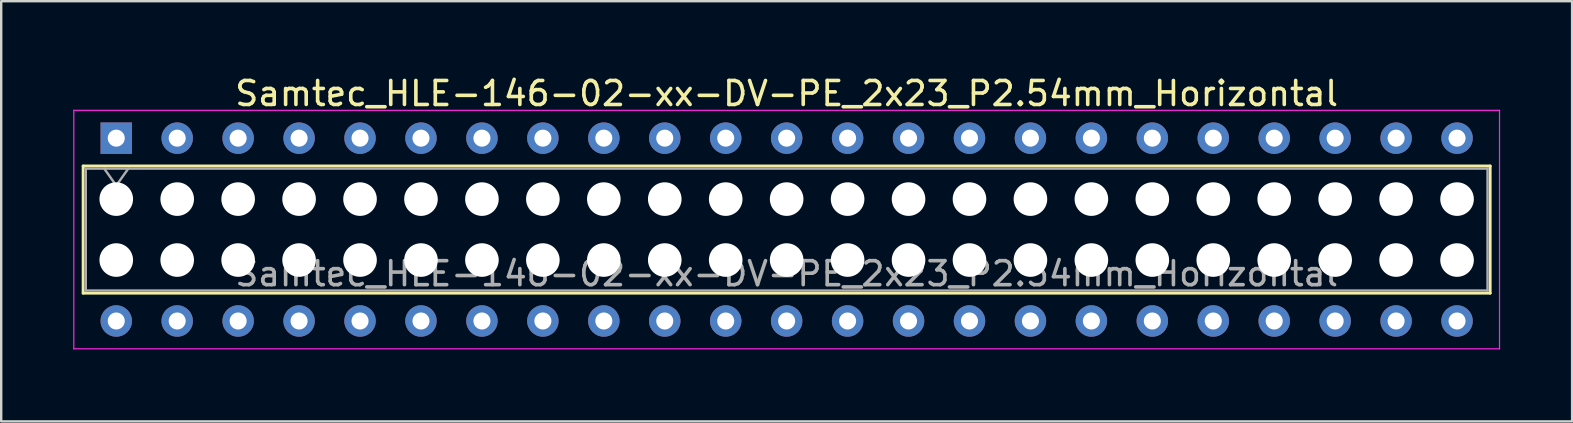
<source format=kicad_pcb>
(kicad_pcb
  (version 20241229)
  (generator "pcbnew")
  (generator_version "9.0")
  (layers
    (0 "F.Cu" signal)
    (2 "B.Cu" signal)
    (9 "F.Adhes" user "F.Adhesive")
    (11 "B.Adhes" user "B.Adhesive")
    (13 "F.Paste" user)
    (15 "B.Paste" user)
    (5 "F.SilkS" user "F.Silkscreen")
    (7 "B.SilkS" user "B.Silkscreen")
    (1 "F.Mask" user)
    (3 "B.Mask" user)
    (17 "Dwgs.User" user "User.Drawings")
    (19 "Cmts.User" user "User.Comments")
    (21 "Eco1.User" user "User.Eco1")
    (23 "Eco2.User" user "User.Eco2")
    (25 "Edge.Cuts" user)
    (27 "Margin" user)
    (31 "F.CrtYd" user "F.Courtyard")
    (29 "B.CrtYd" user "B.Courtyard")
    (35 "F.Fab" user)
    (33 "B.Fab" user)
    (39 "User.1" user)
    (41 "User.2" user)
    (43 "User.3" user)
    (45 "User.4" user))
  (footprint "Samtec_HLE-146-02-xx-DV-PE_2x23_P2.54mm_Horizontal"
    (layer "F.Cu")
    (at 1.795 2.708)
    (property "Reference" "Samtec_HLE-146-02-xx-DV-PE_2x23_P2.54mm_Horizontal" (at 27.94 -1.86 0) (layer "F.SilkS") (effects (font (size 1 1) (thickness 0.15))))
    (attr through_hole)
    (fp_line (start -1.38 1.16) (end 57.26 1.16) (stroke (width 0.12) (type solid)) (layer "F.SilkS"))
    (fp_line (start -1.38 6.46) (end -1.38 1.16) (stroke (width 0.12) (type solid)) (layer "F.SilkS"))
    (fp_line (start 57.26 1.16) (end 57.26 6.46) (stroke (width 0.12) (type solid)) (layer "F.SilkS"))
    (fp_line (start 57.26 6.46) (end -1.38 6.46) (stroke (width 0.12) (type solid)) (layer "F.SilkS"))
    (fp_line (start -1.77 -1.16) (end 57.65 -1.16) (stroke (width 0.05) (type solid)) (layer "F.CrtYd"))
    (fp_line (start -1.77 8.78) (end -1.77 -1.16) (stroke (width 0.05) (type solid)) (layer "F.CrtYd"))
    (fp_line (start 57.65 -1.16) (end 57.65 8.78) (stroke (width 0.05) (type solid)) (layer "F.CrtYd"))
    (fp_line (start 57.65 8.78) (end -1.77 8.78) (stroke (width 0.05) (type solid)) (layer "F.CrtYd"))
    (fp_line (start -1.27 1.27) (end 57.15 1.27) (stroke (width 0.1) (type solid)) (layer "F.Fab"))
    (fp_line (start -1.27 6.35) (end -1.27 1.27) (stroke (width 0.1) (type solid)) (layer "F.Fab"))
    (fp_line (start -0.5 1.27) (end 0 1.977) (stroke (width 0.1) (type solid)) (layer "F.Fab"))
    (fp_line (start 0 1.977) (end 0.5 1.27) (stroke (width 0.1) (type solid)) (layer "F.Fab"))
    (fp_line (start 57.15 1.27) (end 57.15 6.35) (stroke (width 0.1) (type solid)) (layer "F.Fab"))
    (fp_line (start 57.15 6.35) (end -1.27 6.35) (stroke (width 0.1) (type solid)) (layer "F.Fab"))
    (fp_text user "${REFERENCE}" (at 27.94 5.65 0) (layer "F.Fab") (effects (font (size 1 1) (thickness 0.15))))
    (pad "" np_thru_hole circle (at 0 2.54) (size 1.4 1.4) (drill 1.4) (layers "*.Cu" "*.Mask"))
    (pad "" np_thru_hole circle (at 0 5.08) (size 1.4 1.4) (drill 1.4) (layers "*.Cu" "*.Mask"))
    (pad "" np_thru_hole circle (at 2.54 2.54) (size 1.4 1.4) (drill 1.4) (layers "*.Cu" "*.Mask"))
    (pad "" np_thru_hole circle (at 2.54 5.08) (size 1.4 1.4) (drill 1.4) (layers "*.Cu" "*.Mask"))
    (pad "" np_thru_hole circle (at 5.08 2.54) (size 1.4 1.4) (drill 1.4) (layers "*.Cu" "*.Mask"))
    (pad "" np_thru_hole circle (at 5.08 5.08) (size 1.4 1.4) (drill 1.4) (layers "*.Cu" "*.Mask"))
    (pad "" np_thru_hole circle (at 7.62 2.54) (size 1.4 1.4) (drill 1.4) (layers "*.Cu" "*.Mask"))
    (pad "" np_thru_hole circle (at 7.62 5.08) (size 1.4 1.4) (drill 1.4) (layers "*.Cu" "*.Mask"))
    (pad "" np_thru_hole circle (at 10.16 2.54) (size 1.4 1.4) (drill 1.4) (layers "*.Cu" "*.Mask"))
    (pad "" np_thru_hole circle (at 10.16 5.08) (size 1.4 1.4) (drill 1.4) (layers "*.Cu" "*.Mask"))
    (pad "" np_thru_hole circle (at 12.7 2.54) (size 1.4 1.4) (drill 1.4) (layers "*.Cu" "*.Mask"))
    (pad "" np_thru_hole circle (at 12.7 5.08) (size 1.4 1.4) (drill 1.4) (layers "*.Cu" "*.Mask"))
    (pad "" np_thru_hole circle (at 15.24 2.54) (size 1.4 1.4) (drill 1.4) (layers "*.Cu" "*.Mask"))
    (pad "" np_thru_hole circle (at 15.24 5.08) (size 1.4 1.4) (drill 1.4) (layers "*.Cu" "*.Mask"))
    (pad "" np_thru_hole circle (at 17.78 2.54) (size 1.4 1.4) (drill 1.4) (layers "*.Cu" "*.Mask"))
    (pad "" np_thru_hole circle (at 17.78 5.08) (size 1.4 1.4) (drill 1.4) (layers "*.Cu" "*.Mask"))
    (pad "" np_thru_hole circle (at 20.32 2.54) (size 1.4 1.4) (drill 1.4) (layers "*.Cu" "*.Mask"))
    (pad "" np_thru_hole circle (at 20.32 5.08) (size 1.4 1.4) (drill 1.4) (layers "*.Cu" "*.Mask"))
    (pad "" np_thru_hole circle (at 22.86 2.54) (size 1.4 1.4) (drill 1.4) (layers "*.Cu" "*.Mask"))
    (pad "" np_thru_hole circle (at 22.86 5.08) (size 1.4 1.4) (drill 1.4) (layers "*.Cu" "*.Mask"))
    (pad "" np_thru_hole circle (at 25.4 2.54) (size 1.4 1.4) (drill 1.4) (layers "*.Cu" "*.Mask"))
    (pad "" np_thru_hole circle (at 25.4 5.08) (size 1.4 1.4) (drill 1.4) (layers "*.Cu" "*.Mask"))
    (pad "" np_thru_hole circle (at 27.94 2.54) (size 1.4 1.4) (drill 1.4) (layers "*.Cu" "*.Mask"))
    (pad "" np_thru_hole circle (at 27.94 5.08) (size 1.4 1.4) (drill 1.4) (layers "*.Cu" "*.Mask"))
    (pad "" np_thru_hole circle (at 30.48 2.54) (size 1.4 1.4) (drill 1.4) (layers "*.Cu" "*.Mask"))
    (pad "" np_thru_hole circle (at 30.48 5.08) (size 1.4 1.4) (drill 1.4) (layers "*.Cu" "*.Mask"))
    (pad "" np_thru_hole circle (at 33.02 2.54) (size 1.4 1.4) (drill 1.4) (layers "*.Cu" "*.Mask"))
    (pad "" np_thru_hole circle (at 33.02 5.08) (size 1.4 1.4) (drill 1.4) (layers "*.Cu" "*.Mask"))
    (pad "" np_thru_hole circle (at 35.56 2.54) (size 1.4 1.4) (drill 1.4) (layers "*.Cu" "*.Mask"))
    (pad "" np_thru_hole circle (at 35.56 5.08) (size 1.4 1.4) (drill 1.4) (layers "*.Cu" "*.Mask"))
    (pad "" np_thru_hole circle (at 38.1 2.54) (size 1.4 1.4) (drill 1.4) (layers "*.Cu" "*.Mask"))
    (pad "" np_thru_hole circle (at 38.1 5.08) (size 1.4 1.4) (drill 1.4) (layers "*.Cu" "*.Mask"))
    (pad "" np_thru_hole circle (at 40.64 2.54) (size 1.4 1.4) (drill 1.4) (layers "*.Cu" "*.Mask"))
    (pad "" np_thru_hole circle (at 40.64 5.08) (size 1.4 1.4) (drill 1.4) (layers "*.Cu" "*.Mask"))
    (pad "" np_thru_hole circle (at 43.18 2.54) (size 1.4 1.4) (drill 1.4) (layers "*.Cu" "*.Mask"))
    (pad "" np_thru_hole circle (at 43.18 5.08) (size 1.4 1.4) (drill 1.4) (layers "*.Cu" "*.Mask"))
    (pad "" np_thru_hole circle (at 45.72 2.54) (size 1.4 1.4) (drill 1.4) (layers "*.Cu" "*.Mask"))
    (pad "" np_thru_hole circle (at 45.72 5.08) (size 1.4 1.4) (drill 1.4) (layers "*.Cu" "*.Mask"))
    (pad "" np_thru_hole circle (at 48.26 2.54) (size 1.4 1.4) (drill 1.4) (layers "*.Cu" "*.Mask"))
    (pad "" np_thru_hole circle (at 48.26 5.08) (size 1.4 1.4) (drill 1.4) (layers "*.Cu" "*.Mask"))
    (pad "" np_thru_hole circle (at 50.8 2.54) (size 1.4 1.4) (drill 1.4) (layers "*.Cu" "*.Mask"))
    (pad "" np_thru_hole circle (at 50.8 5.08) (size 1.4 1.4) (drill 1.4) (layers "*.Cu" "*.Mask"))
    (pad "" np_thru_hole circle (at 53.34 2.54) (size 1.4 1.4) (drill 1.4) (layers "*.Cu" "*.Mask"))
    (pad "" np_thru_hole circle (at 53.34 5.08) (size 1.4 1.4) (drill 1.4) (layers "*.Cu" "*.Mask"))
    (pad "" np_thru_hole circle (at 55.88 2.54) (size 1.4 1.4) (drill 1.4) (layers "*.Cu" "*.Mask"))
    (pad "" np_thru_hole circle (at 55.88 5.08) (size 1.4 1.4) (drill 1.4) (layers "*.Cu" "*.Mask"))
    (pad "1" thru_hole rect (at 0 0) (size 1.31 1.31) (drill 0.71) (layers "*.Cu" "*.Mask"))
    (pad "2" thru_hole circle (at 0 7.62) (size 1.31 1.31) (drill 0.71) (layers "*.Cu" "*.Mask"))
    (pad "3" thru_hole circle (at 2.54 0) (size 1.31 1.31) (drill 0.71) (layers "*.Cu" "*.Mask"))
    (pad "4" thru_hole circle (at 2.54 7.62) (size 1.31 1.31) (drill 0.71) (layers "*.Cu" "*.Mask"))
    (pad "5" thru_hole circle (at 5.08 0) (size 1.31 1.31) (drill 0.71) (layers "*.Cu" "*.Mask"))
    (pad "6" thru_hole circle (at 5.08 7.62) (size 1.31 1.31) (drill 0.71) (layers "*.Cu" "*.Mask"))
    (pad "7" thru_hole circle (at 7.62 0) (size 1.31 1.31) (drill 0.71) (layers "*.Cu" "*.Mask"))
    (pad "8" thru_hole circle (at 7.62 7.62) (size 1.31 1.31) (drill 0.71) (layers "*.Cu" "*.Mask"))
    (pad "9" thru_hole circle (at 10.16 0) (size 1.31 1.31) (drill 0.71) (layers "*.Cu" "*.Mask"))
    (pad "10" thru_hole circle (at 10.16 7.62) (size 1.31 1.31) (drill 0.71) (layers "*.Cu" "*.Mask"))
    (pad "11" thru_hole circle (at 12.7 0) (size 1.31 1.31) (drill 0.71) (layers "*.Cu" "*.Mask"))
    (pad "12" thru_hole circle (at 12.7 7.62) (size 1.31 1.31) (drill 0.71) (layers "*.Cu" "*.Mask"))
    (pad "13" thru_hole circle (at 15.24 0) (size 1.31 1.31) (drill 0.71) (layers "*.Cu" "*.Mask"))
    (pad "14" thru_hole circle (at 15.24 7.62) (size 1.31 1.31) (drill 0.71) (layers "*.Cu" "*.Mask"))
    (pad "15" thru_hole circle (at 17.78 0) (size 1.31 1.31) (drill 0.71) (layers "*.Cu" "*.Mask"))
    (pad "16" thru_hole circle (at 17.78 7.62) (size 1.31 1.31) (drill 0.71) (layers "*.Cu" "*.Mask"))
    (pad "17" thru_hole circle (at 20.32 0) (size 1.31 1.31) (drill 0.71) (layers "*.Cu" "*.Mask"))
    (pad "18" thru_hole circle (at 20.32 7.62) (size 1.31 1.31) (drill 0.71) (layers "*.Cu" "*.Mask"))
    (pad "19" thru_hole circle (at 22.86 0) (size 1.31 1.31) (drill 0.71) (layers "*.Cu" "*.Mask"))
    (pad "20" thru_hole circle (at 22.86 7.62) (size 1.31 1.31) (drill 0.71) (layers "*.Cu" "*.Mask"))
    (pad "21" thru_hole circle (at 25.4 0) (size 1.31 1.31) (drill 0.71) (layers "*.Cu" "*.Mask"))
    (pad "22" thru_hole circle (at 25.4 7.62) (size 1.31 1.31) (drill 0.71) (layers "*.Cu" "*.Mask"))
    (pad "23" thru_hole circle (at 27.94 0) (size 1.31 1.31) (drill 0.71) (layers "*.Cu" "*.Mask"))
    (pad "24" thru_hole circle (at 27.94 7.62) (size 1.31 1.31) (drill 0.71) (layers "*.Cu" "*.Mask"))
    (pad "25" thru_hole circle (at 30.48 0) (size 1.31 1.31) (drill 0.71) (layers "*.Cu" "*.Mask"))
    (pad "26" thru_hole circle (at 30.48 7.62) (size 1.31 1.31) (drill 0.71) (layers "*.Cu" "*.Mask"))
    (pad "27" thru_hole circle (at 33.02 0) (size 1.31 1.31) (drill 0.71) (layers "*.Cu" "*.Mask"))
    (pad "28" thru_hole circle (at 33.02 7.62) (size 1.31 1.31) (drill 0.71) (layers "*.Cu" "*.Mask"))
    (pad "29" thru_hole circle (at 35.56 0) (size 1.31 1.31) (drill 0.71) (layers "*.Cu" "*.Mask"))
    (pad "30" thru_hole circle (at 35.56 7.62) (size 1.31 1.31) (drill 0.71) (layers "*.Cu" "*.Mask"))
    (pad "31" thru_hole circle (at 38.1 0) (size 1.31 1.31) (drill 0.71) (layers "*.Cu" "*.Mask"))
    (pad "32" thru_hole circle (at 38.1 7.62) (size 1.31 1.31) (drill 0.71) (layers "*.Cu" "*.Mask"))
    (pad "33" thru_hole circle (at 40.64 0) (size 1.31 1.31) (drill 0.71) (layers "*.Cu" "*.Mask"))
    (pad "34" thru_hole circle (at 40.64 7.62) (size 1.31 1.31) (drill 0.71) (layers "*.Cu" "*.Mask"))
    (pad "35" thru_hole circle (at 43.18 0) (size 1.31 1.31) (drill 0.71) (layers "*.Cu" "*.Mask"))
    (pad "36" thru_hole circle (at 43.18 7.62) (size 1.31 1.31) (drill 0.71) (layers "*.Cu" "*.Mask"))
    (pad "37" thru_hole circle (at 45.72 0) (size 1.31 1.31) (drill 0.71) (layers "*.Cu" "*.Mask"))
    (pad "38" thru_hole circle (at 45.72 7.62) (size 1.31 1.31) (drill 0.71) (layers "*.Cu" "*.Mask"))
    (pad "39" thru_hole circle (at 48.26 0) (size 1.31 1.31) (drill 0.71) (layers "*.Cu" "*.Mask"))
    (pad "40" thru_hole circle (at 48.26 7.62) (size 1.31 1.31) (drill 0.71) (layers "*.Cu" "*.Mask"))
    (pad "41" thru_hole circle (at 50.8 0) (size 1.31 1.31) (drill 0.71) (layers "*.Cu" "*.Mask"))
    (pad "42" thru_hole circle (at 50.8 7.62) (size 1.31 1.31) (drill 0.71) (layers "*.Cu" "*.Mask"))
    (pad "43" thru_hole circle (at 53.34 0) (size 1.31 1.31) (drill 0.71) (layers "*.Cu" "*.Mask"))
    (pad "44" thru_hole circle (at 53.34 7.62) (size 1.31 1.31) (drill 0.71) (layers "*.Cu" "*.Mask"))
    (pad "45" thru_hole circle (at 55.88 0) (size 1.31 1.31) (drill 0.71) (layers "*.Cu" "*.Mask"))
    (pad "46" thru_hole circle (at 55.88 7.62) (size 1.31 1.31) (drill 0.71) (layers "*.Cu" "*.Mask")))
  (gr_rect
    (start -3 -3)
    (end 62.47 14.513)
    (stroke (width 0.1) (type default))
    (fill no)
    (layer "Edge.Cuts")))
</source>
